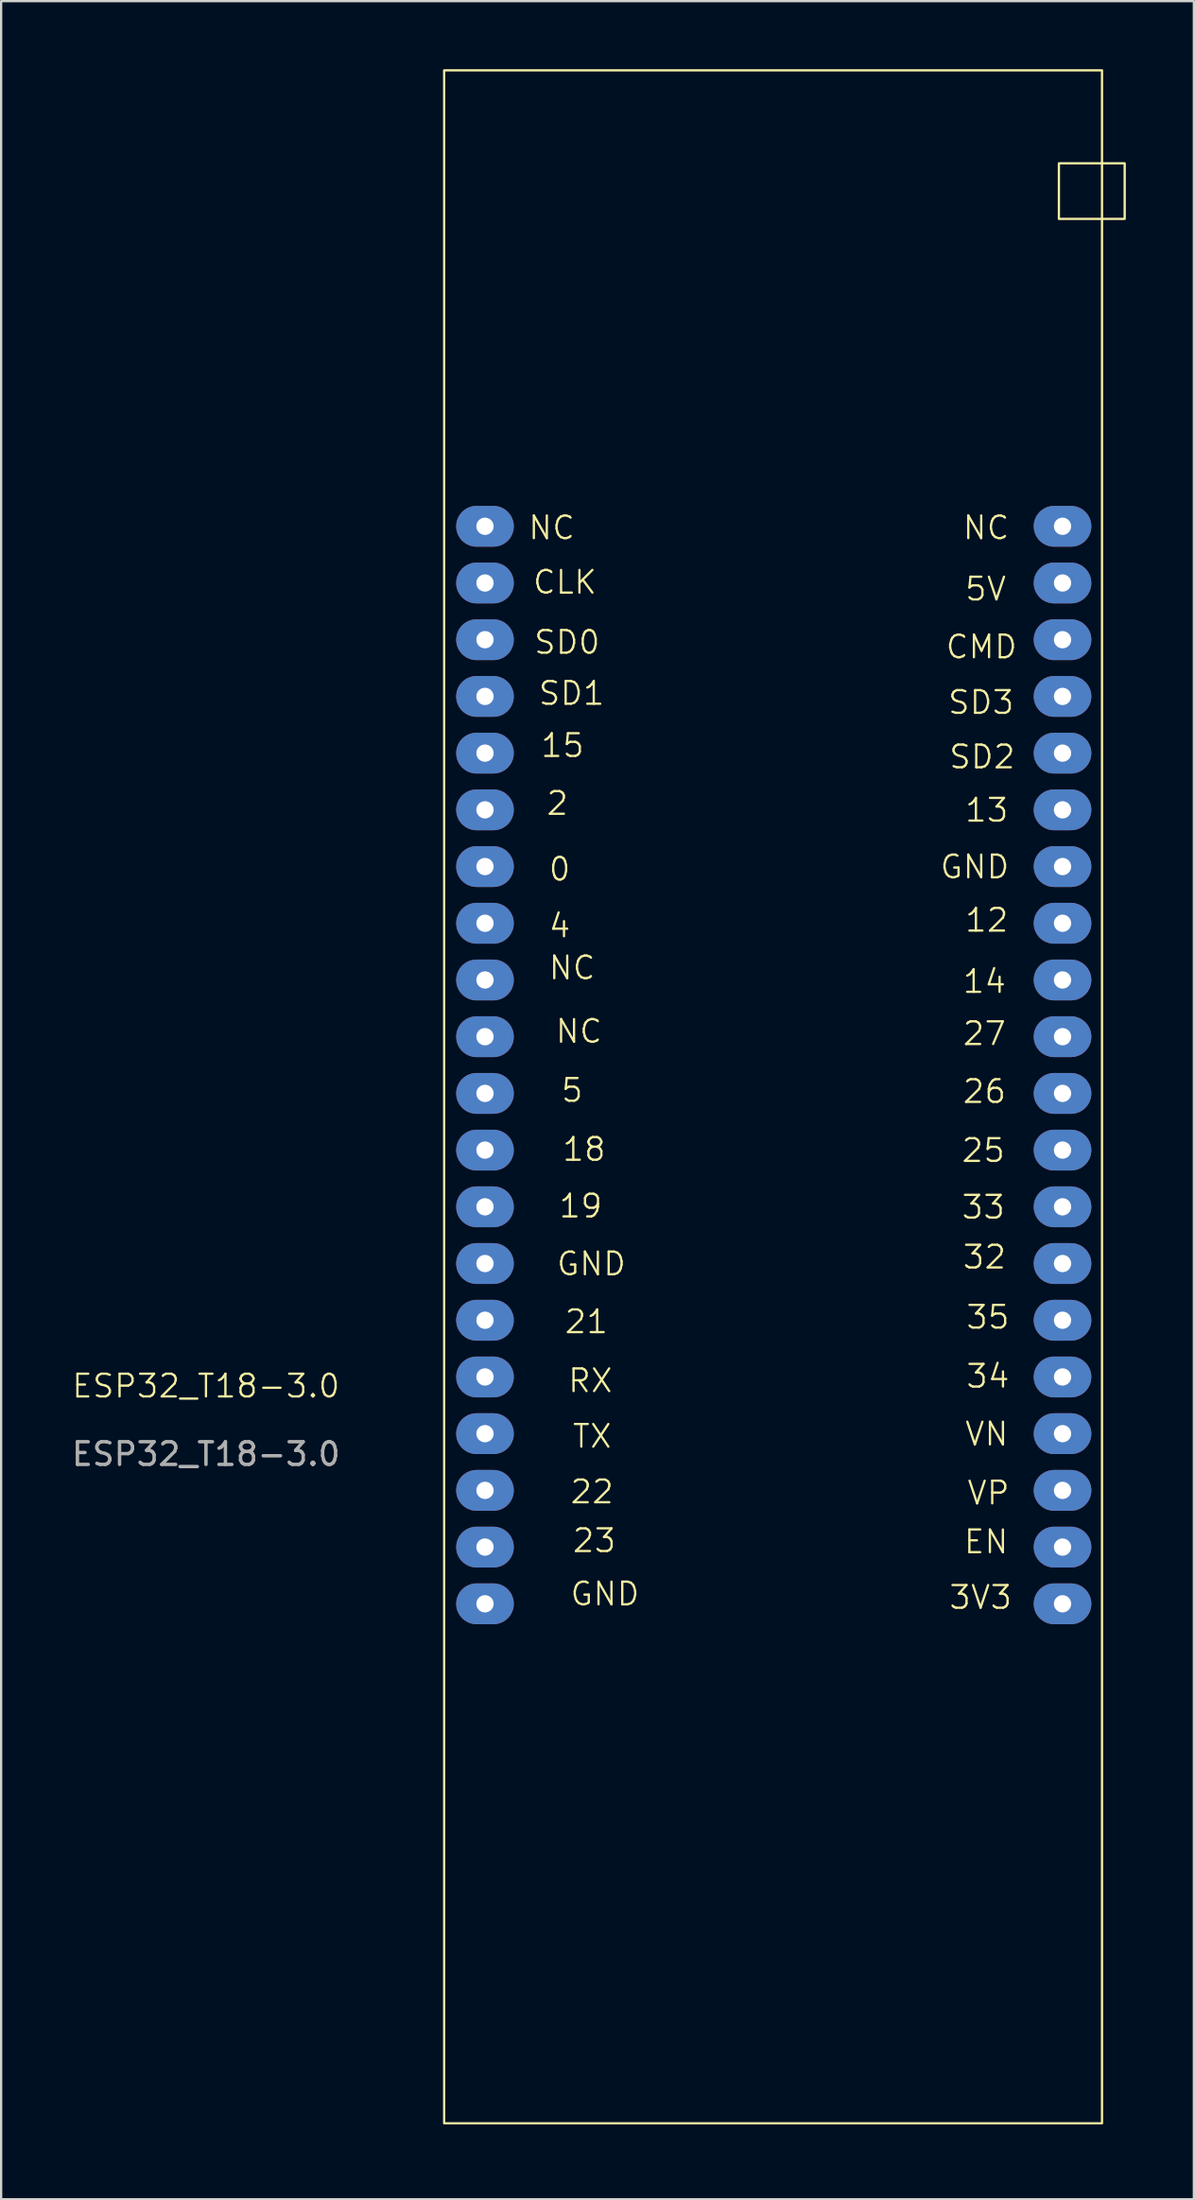
<source format=kicad_pcb>
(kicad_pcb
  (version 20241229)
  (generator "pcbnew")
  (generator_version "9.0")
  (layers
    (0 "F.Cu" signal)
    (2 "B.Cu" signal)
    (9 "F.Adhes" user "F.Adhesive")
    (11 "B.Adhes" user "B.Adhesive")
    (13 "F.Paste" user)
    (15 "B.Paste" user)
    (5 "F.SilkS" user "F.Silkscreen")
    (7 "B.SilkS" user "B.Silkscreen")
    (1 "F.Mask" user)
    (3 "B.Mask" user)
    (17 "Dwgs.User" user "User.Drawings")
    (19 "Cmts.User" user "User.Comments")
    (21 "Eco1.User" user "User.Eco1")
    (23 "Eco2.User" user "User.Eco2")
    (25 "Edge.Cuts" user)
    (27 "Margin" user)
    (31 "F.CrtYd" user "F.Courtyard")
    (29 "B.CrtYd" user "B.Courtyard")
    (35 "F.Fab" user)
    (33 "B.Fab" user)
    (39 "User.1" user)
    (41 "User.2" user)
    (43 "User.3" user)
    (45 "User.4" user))
  (footprint "ESP32_T18-3.0"
    (layer "F.Cu")
    (at 16.43 90.65)
    (property "Reference" "ESP32_T18-3.0" (at -10.4 -32.6 0) (unlocked yes) (layer "F.SilkS") (effects (font (size 1 1) (thickness 0.1))))
    (attr through_hole)
    (fp_rect (start 0.1 -90.6) (end 29.1 -0.1) (stroke (width 0.1) (type default)) (fill no) (layer "F.SilkS"))
    (fp_rect (start 27.2 -86.5) (end 30.1 -84.05) (stroke (width 0.1) (type default)) (fill no) (layer "F.SilkS"))
    (fp_text user "18" (at 5.25 -42.45 0) (unlocked yes) (layer "F.SilkS") (effects (font (size 1 1) (thickness 0.1)) (justify left bottom)))
    (fp_text user "13" (at 23 -57.4 0) (unlocked yes) (layer "F.SilkS") (effects (font (size 1 1) (thickness 0.1)) (justify left bottom)))
    (fp_text user "VN" (at 23 -29.9 0) (unlocked yes) (layer "F.SilkS") (effects (font (size 1 1) (thickness 0.1)) (justify left bottom)))
    (fp_text user "2" (at 4.55 -57.7 0) (unlocked yes) (layer "F.SilkS") (effects (font (size 1 1) (thickness 0.1)) (justify left bottom)))
    (fp_text user "GND" (at 21.9 -54.9 0) (unlocked yes) (layer "F.SilkS") (effects (font (size 1 1) (thickness 0.1)) (justify left bottom)))
    (fp_text user "34" (at 23.05 -32.45 0) (unlocked yes) (layer "F.SilkS") (effects (font (size 1 1) (thickness 0.1)) (justify left bottom)))
    (fp_text user "4" (at 4.65 -52.3 0) (unlocked yes) (layer "F.SilkS") (effects (font (size 1 1) (thickness 0.1)) (justify left bottom)))
    (fp_text user "32" (at 22.9 -37.7 0) (unlocked yes) (layer "F.SilkS") (effects (font (size 1 1) (thickness 0.1)) (justify left bottom)))
    (fp_text user "26" (at 22.9 -45 0) (unlocked yes) (layer "F.SilkS") (effects (font (size 1 1) (thickness 0.1)) (justify left bottom)))
    (fp_text user "25" (at 22.85 -42.4 0) (unlocked yes) (layer "F.SilkS") (effects (font (size 1 1) (thickness 0.1)) (justify left bottom)))
    (fp_text user "CMD" (at 22.15 -64.6 0) (unlocked yes) (layer "F.SilkS") (effects (font (size 1 1) (thickness 0.1)) (justify left bottom)))
    (fp_text user "SD3" (at 22.25 -62.15 0) (unlocked yes) (layer "F.SilkS") (effects (font (size 1 1) (thickness 0.1)) (justify left bottom)))
    (fp_text user "27" (at 22.9 -47.55 0) (unlocked yes) (layer "F.SilkS") (effects (font (size 1 1) (thickness 0.1)) (justify left bottom)))
    (fp_text user "5V" (at 23 -67.15 0) (unlocked yes) (layer "F.SilkS") (effects (font (size 1 1) (thickness 0.1)) (justify left bottom)))
    (fp_text user "NC" (at 4.95 -47.65 0) (unlocked yes) (layer "F.SilkS") (effects (font (size 1 1) (thickness 0.1)) (justify left bottom)))
    (fp_text user "3V3" (at 22.3 -22.7 0) (unlocked yes) (layer "F.SilkS") (effects (font (size 1 1) (thickness 0.1)) (justify left bottom)))
    (fp_text user "EN" (at 22.95 -25.15 0) (unlocked yes) (layer "F.SilkS") (effects (font (size 1 1) (thickness 0.1)) (justify left bottom)))
    (fp_text user "NC" (at 22.9 -69.85 0) (unlocked yes) (layer "F.SilkS") (effects (font (size 1 1) (thickness 0.1)) (justify left bottom)))
    (fp_text user "SD2" (at 22.3 -59.75 0) (unlocked yes) (layer "F.SilkS") (effects (font (size 1 1) (thickness 0.1)) (justify left bottom)))
    (fp_text user "12" (at 23 -52.55 0) (unlocked yes) (layer "F.SilkS") (effects (font (size 1 1) (thickness 0.1)) (justify left bottom)))
    (fp_text user "SD0" (at 4 -64.8 0) (unlocked yes) (layer "F.SilkS") (effects (font (size 1 1) (thickness 0.1)) (justify left bottom)))
    (fp_text user "21" (at 5.35 -34.85 0) (unlocked yes) (layer "F.SilkS") (effects (font (size 1 1) (thickness 0.1)) (justify left bottom)))
    (fp_text user "19" (at 5.1 -39.95 0) (unlocked yes) (layer "F.SilkS") (effects (font (size 1 1) (thickness 0.1)) (justify left bottom)))
    (fp_text user "5" (at 5.2 -45.05 0) (unlocked yes) (layer "F.SilkS") (effects (font (size 1 1) (thickness 0.1)) (justify left bottom)))
    (fp_text user "GND" (at 5 -37.4 0) (unlocked yes) (layer "F.SilkS") (effects (font (size 1 1) (thickness 0.1)) (justify left bottom)))
    (fp_text user "NC" (at 3.75 -69.85 0) (unlocked yes) (layer "F.SilkS") (effects (font (size 1 1) (thickness 0.1)) (justify left bottom)))
    (fp_text user "NC" (at 4.65 -50.45 0) (unlocked yes) (layer "F.SilkS") (effects (font (size 1 1) (thickness 0.1)) (justify left bottom)))
    (fp_text user "22" (at 5.6 -27.35 0) (unlocked yes) (layer "F.SilkS") (effects (font (size 1 1) (thickness 0.1)) (justify left bottom)))
    (fp_text user "14" (at 22.9 -49.85 0) (unlocked yes) (layer "F.SilkS") (effects (font (size 1 1) (thickness 0.1)) (justify left bottom)))
    (fp_text user "RX" (at 5.5 -32.25 0) (unlocked yes) (layer "F.SilkS") (effects (font (size 1 1) (thickness 0.1)) (justify left bottom)))
    (fp_text user "33" (at 22.85 -39.9 0) (unlocked yes) (layer "F.SilkS") (effects (font (size 1 1) (thickness 0.1)) (justify left bottom)))
    (fp_text user "GND" (at 5.6 -22.85 0) (unlocked yes) (layer "F.SilkS") (effects (font (size 1 1) (thickness 0.1)) (justify left bottom)))
    (fp_text user "23" (at 5.7 -25.2 0) (unlocked yes) (layer "F.SilkS") (effects (font (size 1 1) (thickness 0.1)) (justify left bottom)))
    (fp_text user "CLK" (at 3.95 -67.45 0) (unlocked yes) (layer "F.SilkS") (effects (font (size 1 1) (thickness 0.1)) (justify left bottom)))
    (fp_text user "35" (at 23.05 -35.05 0) (unlocked yes) (layer "F.SilkS") (effects (font (size 1 1) (thickness 0.1)) (justify left bottom)))
    (fp_text user "TX" (at 5.7 -29.8 0) (unlocked yes) (layer "F.SilkS") (effects (font (size 1 1) (thickness 0.1)) (justify left bottom)))
    (fp_text user "VP" (at 23.1 -27.3 0) (unlocked yes) (layer "F.SilkS") (effects (font (size 1 1) (thickness 0.1)) (justify left bottom)))
    (fp_text user "15" (at 4.3 -60.25 0) (unlocked yes) (layer "F.SilkS") (effects (font (size 1 1) (thickness 0.1)) (justify left bottom)))
    (fp_text user "SD1" (at 4.2 -62.55 0) (unlocked yes) (layer "F.SilkS") (effects (font (size 1 1) (thickness 0.1)) (justify left bottom)))
    (fp_text user "0" (at 4.65 -54.8 0) (unlocked yes) (layer "F.SilkS") (effects (font (size 1 1) (thickness 0.1)) (justify left bottom)))
    (fp_text user "${REFERENCE}" (at -10.4 -29.6 0) (unlocked yes) (layer "F.Fab") (effects (font (size 1 1) (thickness 0.15))))
    (pad "0" thru_hole oval (at 1.9 -55.5) (size 2.54 1.8) (drill 0.762) (layers "*.Cu" "*.Mask"))
    (pad "2" thru_hole oval (at 1.9 -58) (size 2.54 1.8) (drill 0.762) (layers "*.Cu" "*.Mask"))
    (pad "3V3" thru_hole oval (at 27.36 -23) (size 2.54 1.8) (drill 0.762) (layers "*.Cu" "*.Mask"))
    (pad "4" thru_hole oval (at 1.9 -53) (size 2.54 1.8) (drill 0.762) (layers "*.Cu" "*.Mask"))
    (pad "5" thru_hole oval (at 1.9 -45.5) (size 2.54 1.8) (drill 0.762) (layers "*.Cu" "*.Mask"))
    (pad "5V" thru_hole oval (at 27.36 -68) (size 2.54 1.8) (drill 0.762) (layers "*.Cu" "*.Mask"))
    (pad "12" thru_hole oval (at 27.36 -53) (size 2.54 1.8) (drill 0.762) (layers "*.Cu" "*.Mask"))
    (pad "13" thru_hole oval (at 27.36 -58) (size 2.54 1.8) (drill 0.762) (layers "*.Cu" "*.Mask"))
    (pad "14" thru_hole oval (at 27.36 -50.5) (size 2.54 1.8) (drill 0.762) (layers "*.Cu" "*.Mask"))
    (pad "15" thru_hole oval (at 1.9 -60.5) (size 2.54 1.8) (drill 0.762) (layers "*.Cu" "*.Mask"))
    (pad "18" thru_hole oval (at 1.9 -43) (size 2.54 1.8) (drill 0.762) (layers "*.Cu" "*.Mask"))
    (pad "19" thru_hole oval (at 1.9 -40.5) (size 2.54 1.8) (drill 0.762) (layers "*.Cu" "*.Mask" "Eco2.User"))
    (pad "21" thru_hole oval (at 1.9 -35.5) (size 2.54 1.8) (drill 0.762) (layers "*.Cu" "*.Mask"))
    (pad "22" thru_hole oval (at 1.9 -28) (size 2.54 1.8) (drill 0.762) (layers "*.Cu" "*.Mask"))
    (pad "23" thru_hole oval (at 1.9 -25.5) (size 2.54 1.8) (drill 0.762) (layers "*.Cu" "*.Mask"))
    (pad "25" thru_hole oval (at 27.36 -43) (size 2.54 1.8) (drill 0.762) (layers "*.Cu" "*.Mask"))
    (pad "26" thru_hole oval (at 27.36 -45.5) (size 2.54 1.8) (drill 0.762) (layers "*.Cu" "*.Mask"))
    (pad "27" thru_hole oval (at 27.36 -48) (size 2.54 1.8) (drill 0.762) (layers "*.Cu" "*.Mask"))
    (pad "32" thru_hole oval (at 27.36 -38) (size 2.54 1.8) (drill 0.762) (layers "*.Cu" "*.Mask"))
    (pad "33" thru_hole oval (at 27.36 -40.5) (size 2.54 1.8) (drill 0.762) (layers "*.Cu" "*.Mask"))
    (pad "34" thru_hole oval (at 27.36 -33) (size 2.54 1.8) (drill 0.762) (layers "*.Cu" "*.Mask"))
    (pad "35" thru_hole oval (at 27.36 -35.5) (size 2.54 1.8) (drill 0.762) (layers "*.Cu" "*.Mask"))
    (pad "CLK" thru_hole oval (at 1.9 -68) (size 2.54 1.8) (drill 0.762) (layers "*.Cu" "*.Mask"))
    (pad "CMD" thru_hole oval (at 27.36 -65.5) (size 2.54 1.8) (drill 0.762) (layers "*.Cu" "*.Mask"))
    (pad "EN" thru_hole oval (at 27.36 -25.5) (size 2.54 1.8) (drill 0.762) (layers "*.Cu" "*.Mask"))
    (pad "GND" thru_hole oval (at 1.9 -38) (size 2.54 1.8) (drill 0.762) (layers "*.Cu" "*.Mask"))
    (pad "GND" thru_hole oval (at 1.9 -23) (size 2.54 1.8) (drill 0.762) (layers "*.Cu" "*.Mask"))
    (pad "GND" thru_hole oval (at 27.36 -55.5) (size 2.54 1.8) (drill 0.762) (layers "*.Cu" "*.Mask"))
    (pad "NC" thru_hole oval (at 1.9 -70.5) (size 2.54 1.8) (drill 0.762) (layers "*.Cu" "*.Mask"))
    (pad "NC" thru_hole oval (at 1.9 -50.5) (size 2.54 1.8) (drill 0.762) (layers "*.Cu" "*.Mask"))
    (pad "NC" thru_hole oval (at 1.9 -48) (size 2.54 1.8) (drill 0.762) (layers "*.Cu" "*.Mask"))
    (pad "NC" thru_hole oval (at 27.36 -70.5) (size 2.54 1.8) (drill 0.762) (layers "*.Cu" "*.Mask"))
    (pad "RX" thru_hole oval (at 1.9 -33) (size 2.54 1.8) (drill 0.762) (layers "*.Cu" "*.Mask"))
    (pad "SD0" thru_hole oval (at 1.9 -65.5) (size 2.54 1.8) (drill 0.762) (layers "*.Cu" "*.Mask"))
    (pad "SD1" thru_hole oval (at 1.9 -63) (size 2.54 1.8) (drill 0.762) (layers "*.Cu" "*.Mask"))
    (pad "SD2" thru_hole oval (at 27.36 -60.5) (size 2.54 1.8) (drill 0.762) (layers "*.Cu" "*.Mask"))
    (pad "SD3" thru_hole oval (at 27.36 -63) (size 2.54 1.8) (drill 0.762) (layers "*.Cu" "*.Mask"))
    (pad "TX" thru_hole oval (at 1.9 -30.5) (size 2.54 1.8) (drill 0.762) (layers "*.Cu" "*.Mask"))
    (pad "VN" thru_hole oval (at 27.36 -30.5) (size 2.54 1.8) (drill 0.762) (layers "*.Cu" "*.Mask"))
    (pad "VP" thru_hole oval (at 27.36 -28) (size 2.54 1.8) (drill 0.762) (layers "*.Cu" "*.Mask")))
  (gr_rect
    (start -3 -3)
    (end 49.58 93.9)
    (stroke (width 0.1) (type default))
    (fill no)
    (layer "Edge.Cuts")))
</source>
